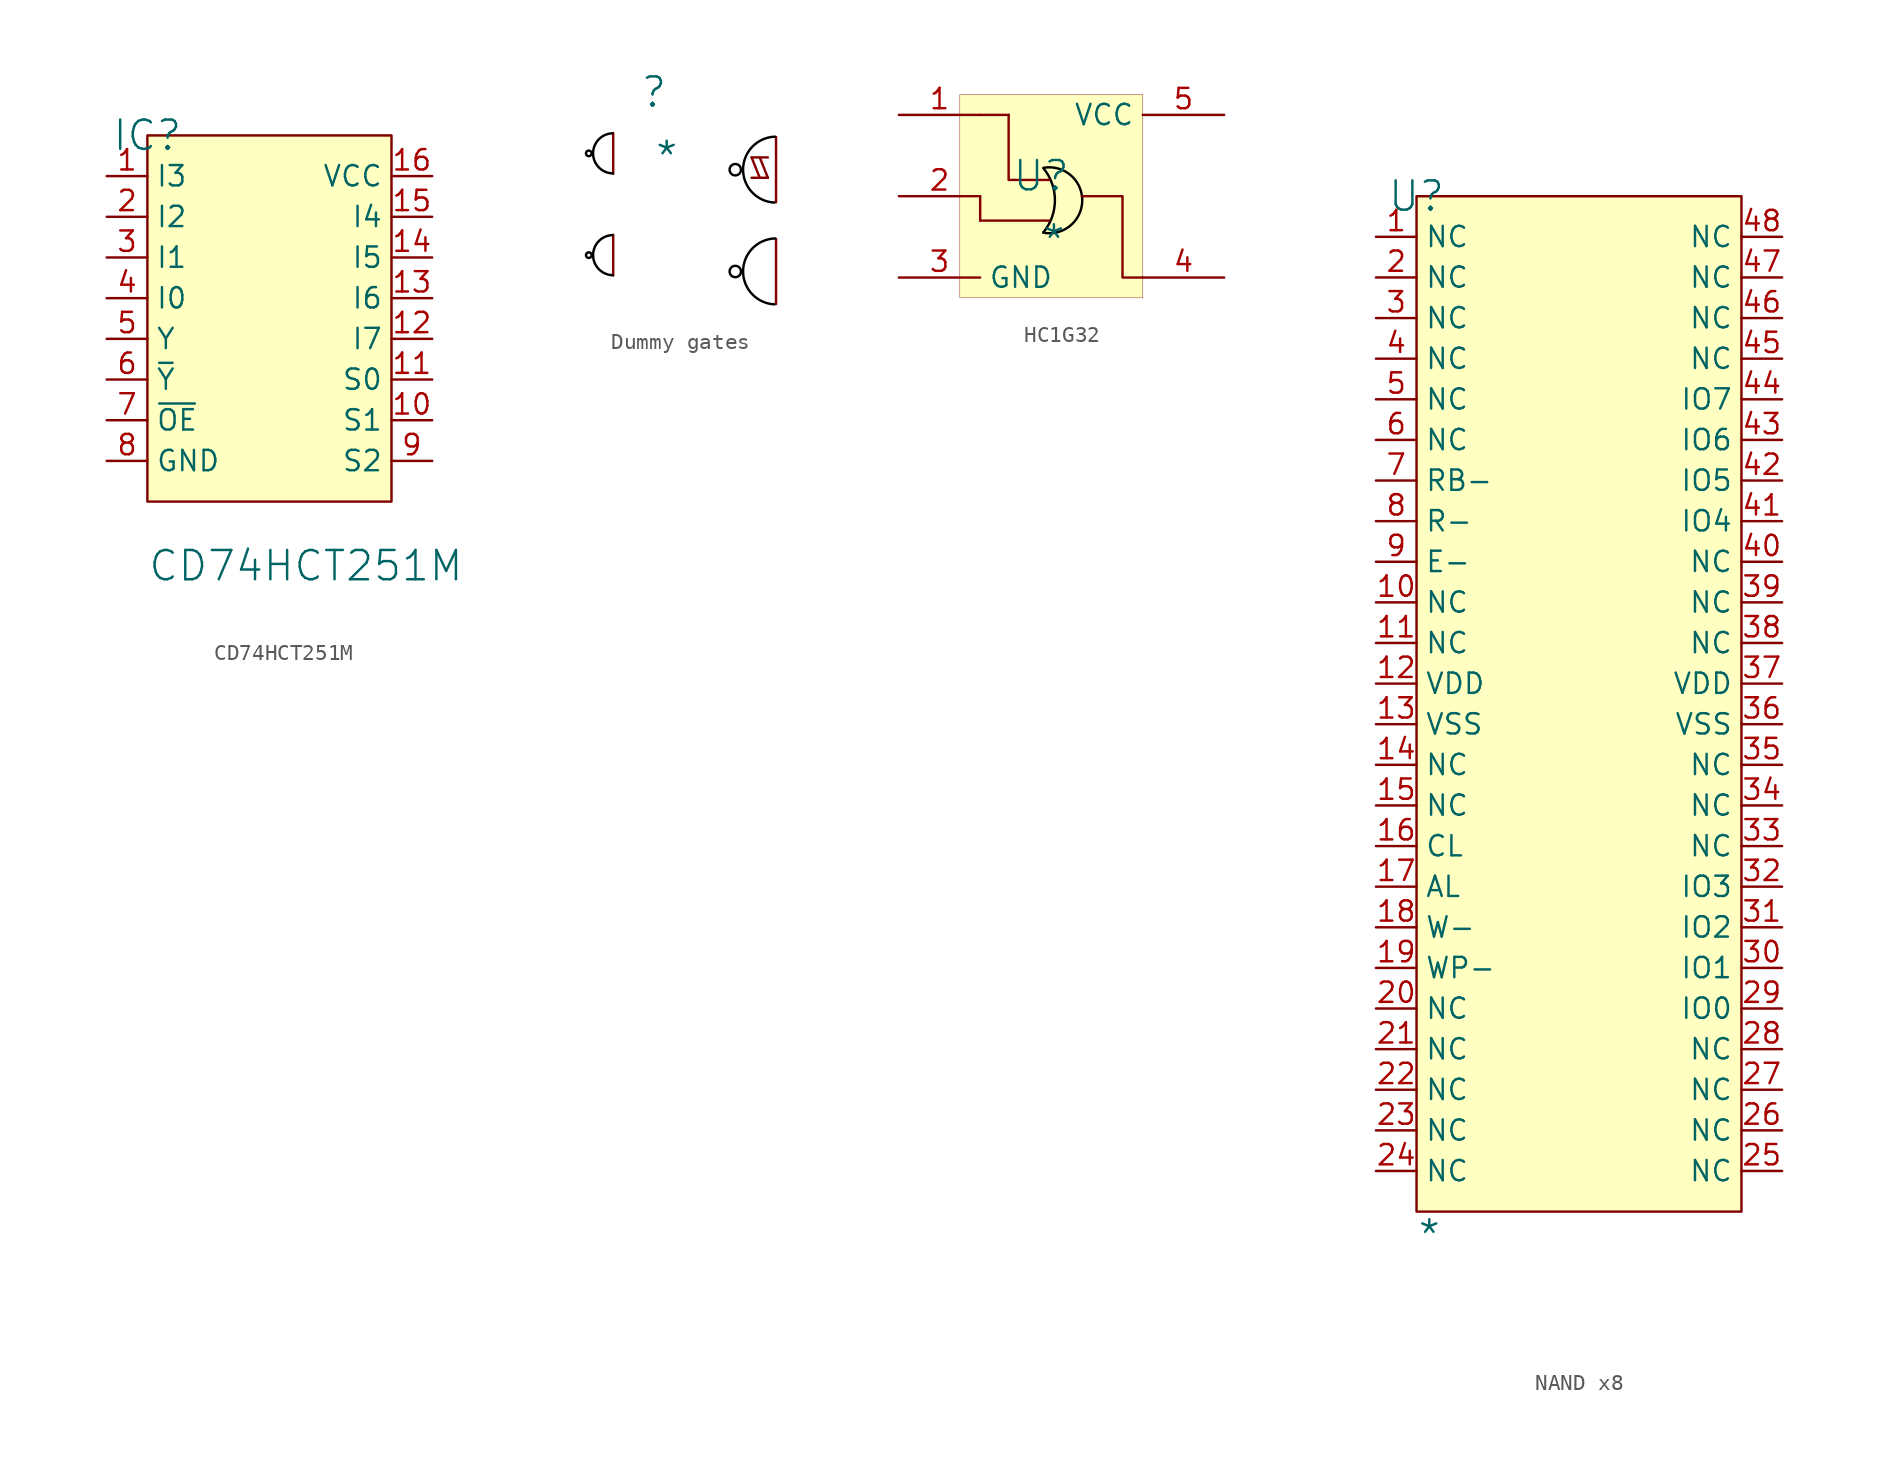
<source format=kicad_sym>
(kicad_symbol_lib
  (version 20241209)
  (generator "kicad_symbol_editor")
  (generator_version "9.0")
  (symbol "CD74HCT251M"
    (property "Reference" "IC"
      (at 0 0 0)
      (effects (font (size 1.829 1.829))))
    (property "Value" "CD74HCT251M"
      (at 0 -27.94 0)
      (effects (font (size 1.829 1.829)) (justify left bottom)))
    (symbol "CD74HCT251M_1_0"
      (rectangle (start 15.24 0) (end 0 -22.86) (stroke (width 0) (type solid) (color 128 0 0 1)) (fill (type background)))
      (pin passive line (at -2.54 -2.54 0) (length 2.54) (name "I3" (effects (font (size 1.27 1.27)))) (number "1" (effects (font (size 1.27 1.27)))))
      (pin passive line (at -2.54 -5.08 0) (length 2.54) (name "I2" (effects (font (size 1.27 1.27)))) (number "2" (effects (font (size 1.27 1.27)))))
      (pin passive line (at -2.54 -7.62 0) (length 2.54) (name "I1" (effects (font (size 1.27 1.27)))) (number "3" (effects (font (size 1.27 1.27)))))
      (pin passive line (at -2.54 -10.16 0) (length 2.54) (name "I0" (effects (font (size 1.27 1.27)))) (number "4" (effects (font (size 1.27 1.27)))))
      (pin passive line (at -2.54 -12.7 0) (length 2.54) (name "Y" (effects (font (size 1.27 1.27)))) (number "5" (effects (font (size 1.27 1.27)))))
      (pin passive line (at -2.54 -15.24 0) (length 2.54) (name "~{Y}" (effects (font (size 1.27 1.27)))) (number "6" (effects (font (size 1.27 1.27)))))
      (pin passive line (at -2.54 -17.78 0) (length 2.54) (name "~{OE}" (effects (font (size 1.27 1.27)))) (number "7" (effects (font (size 1.27 1.27)))))
      (pin passive line (at -2.54 -20.32 0) (length 2.54) (name "GND" (effects (font (size 1.27 1.27)))) (number "8" (effects (font (size 1.27 1.27)))))
      (pin passive line (at 17.78 -2.54 180) (length 2.54) (name "VCC" (effects (font (size 1.27 1.27)))) (number "16" (effects (font (size 1.27 1.27)))))
      (pin passive line (at 17.78 -5.08 180) (length 2.54) (name "I4" (effects (font (size 1.27 1.27)))) (number "15" (effects (font (size 1.27 1.27)))))
      (pin passive line (at 17.78 -7.62 180) (length 2.54) (name "I5" (effects (font (size 1.27 1.27)))) (number "14" (effects (font (size 1.27 1.27)))))
      (pin passive line (at 17.78 -10.16 180) (length 2.54) (name "I6" (effects (font (size 1.27 1.27)))) (number "13" (effects (font (size 1.27 1.27)))))
      (pin passive line (at 17.78 -12.7 180) (length 2.54) (name "I7" (effects (font (size 1.27 1.27)))) (number "12" (effects (font (size 1.27 1.27)))))
      (pin passive line (at 17.78 -15.24 180) (length 2.54) (name "S0" (effects (font (size 1.27 1.27)))) (number "11" (effects (font (size 1.27 1.27)))))
      (pin passive line (at 17.78 -17.78 180) (length 2.54) (name "S1" (effects (font (size 1.27 1.27)))) (number "10" (effects (font (size 1.27 1.27)))))
      (pin passive line (at 17.78 -20.32 180) (length 2.54) (name "S2" (effects (font (size 1.27 1.27)))) (number "9" (effects (font (size 1.27 1.27)))))))
  (symbol "Dummy gates"
    (pin_numbers
      (hide yes))
    (pin_names
      (hide yes))
    (property "Reference" ""
      (at -1.27 1.27 0)
      (effects (font (size 1.829 1.829))))
    (property "Value" "*"
      (at -1.27 -3.81 0)
      (effects (font (size 1.829 1.829)) (justify left bottom)))
    (symbol "Dummy gates_1_0"
      (arc (start -5.508 -2.5391) (mid -5.1601 -2.5352) (end -5.5077 -2.5504) (stroke (width 0) (type solid) (color 0 0 0 1)) (fill (type none)))
      (arc (start -5.508 -8.8891) (mid -5.1601 -8.8852) (end -5.5077 -8.9004) (stroke (width 0) (type solid) (color 0 0 0 1)) (fill (type none)))
      (polyline (pts (xy -3.81 -1.27) (xy -3.81 -3.81)) (stroke (width 0) (type solid)) (fill (type none)))
      (arc (start -3.8197 -3.791) (mid -5.0609 -2.56) (end -3.8596 -1.29) (stroke (width 0) (type solid) (color 0 0 0 1)) (fill (type none)))
      (polyline (pts (xy -3.81 -7.62) (xy -3.81 -10.16)) (stroke (width 0) (type solid)) (fill (type none)))
      (arc (start -3.8197 -10.141) (mid -5.0609 -8.91) (end -3.8596 -7.64) (stroke (width 0) (type solid) (color 0 0 0 1)) (fill (type none)))
      (arc (start 3.453 -3.5541) (mid 4.1669 -3.5463) (end 3.4536 -3.5773) (stroke (width 0) (type solid) (color 0 0 0 1)) (fill (type none)))
      (arc (start 3.453 -9.9041) (mid 4.1669 -9.8963) (end 3.4536 -9.9273) (stroke (width 0) (type solid) (color 0 0 0 1)) (fill (type none)))
      (polyline (pts (xy 4.826 -2.794) (xy 5.334 -4.064)) (stroke (width 0) (type solid)) (fill (type none)))
      (polyline (pts (xy 4.826 -2.794) (xy 5.842 -2.794)) (stroke (width 0) (type solid)) (fill (type none)))
      (polyline (pts (xy 4.826 -4.064) (xy 5.842 -4.064)) (stroke (width 0) (type solid)) (fill (type none)))
      (polyline (pts (xy 5.334 -2.794) (xy 5.842 -4.064)) (stroke (width 0) (type solid)) (fill (type none)))
      (polyline (pts (xy 6.35 -1.524) (xy 6.35 -5.588)) (stroke (width 0) (type solid)) (fill (type none)))
      (arc (start 6.2513 -5.6116) (mid 4.2921 -3.5361) (end 6.2911 -1.4988) (stroke (width 0) (type solid) (color 0 0 0 1)) (fill (type none)))
      (polyline (pts (xy 6.35 -7.874) (xy 6.35 -11.938)) (stroke (width 0) (type solid)) (fill (type none)))
      (arc (start 6.2513 -11.9616) (mid 4.2921 -9.8861) (end 6.2911 -7.8488) (stroke (width 0) (type solid) (color 0 0 0 1)) (fill (type none)))))
  (symbol "HC1G32"
    (property "Reference" "U"
      (at -1.27 1.27 0)
      (effects (font (size 1.829 1.829))))
    (property "Value" "*"
      (at -1.27 -3.81 0)
      (effects (font (size 1.829 1.829)) (justify left bottom)))
    (symbol "HC1G32_1_0"
      (polyline (pts (xy -5.08 5.08) (xy -3.302 5.08)) (stroke (width 0) (type solid)) (fill (type none)))
      (polyline (pts (xy -5.08 0) (xy -5.08 -1.524)) (stroke (width 0) (type solid)) (fill (type none)))
      (arc (start -1.1396 1.759) (mid -0.411 -0.2463) (end -1.1298 -2.2551) (stroke (width 0) (type solid) (color 0 0 0 1)) (fill (type none)))
      (polyline (pts (xy -0.762 1.016) (xy -3.302 1.016) (xy -3.302 5.08)) (stroke (width 0) (type solid)) (fill (type none)))
      (arc (start -1.0984 1.7763) (mid 1.2959 -0.2744) (end -1.1386 -2.2772) (stroke (width 0) (type solid) (color 0 0 0 1)) (fill (type none)))
      (polyline (pts (xy -0.762 -1.524) (xy -5.08 -1.524)) (stroke (width 0) (type solid)) (fill (type none)))
      (polyline (pts (xy 1.27 0) (xy 3.81 0) (xy 3.81 -5.08) (xy 5.08 -5.08)) (stroke (width 0) (type solid)) (fill (type none)))
      (rectangle (start 5.08 6.35) (end -6.35 -6.35) (stroke (width 0.025) (type solid) (color 128 0 0 1)) (fill (type background)))
      (pin passive line (at -10.16 5.08 0) (length 5.08) (name "A" (effects (font (size 0 0)))) (number "1" (effects (font (size 1.27 1.27)))))
      (pin passive line (at -10.16 0 0) (length 5.08) (name "B" (effects (font (size 0 0)))) (number "2" (effects (font (size 1.27 1.27)))))
      (pin passive line (at -10.16 -5.08 0) (length 5.08) (name "GND" (effects (font (size 1.27 1.27)))) (number "3" (effects (font (size 1.27 1.27)))))
      (pin passive line (at 10.16 5.08 180) (length 5.08) (name "VCC" (effects (font (size 1.27 1.27)))) (number "5" (effects (font (size 1.27 1.27)))))
      (pin passive line (at 10.16 -5.08 180) (length 5.08) (name "Y" (effects (font (size 0 0)))) (number "4" (effects (font (size 1.27 1.27)))))))
  (symbol "NAND x8"
    (property "Reference" "U"
      (at 0 0 0)
      (effects (font (size 1.829 1.829))))
    (property "Value" "*"
      (at 0 -66.04 0)
      (effects (font (size 1.829 1.829)) (justify left bottom)))
    (symbol "NAND x8_1_0"
      (rectangle (start 20.32 0) (end 0 -63.5) (stroke (width 0) (type solid) (color 128 0 0 1)) (fill (type background)))
      (pin passive line (at -2.54 -2.54 0) (length 2.54) (name "NC" (effects (font (size 1.27 1.27)))) (number "1" (effects (font (size 1.27 1.27)))))
      (pin passive line (at -2.54 -5.08 0) (length 2.54) (name "NC" (effects (font (size 1.27 1.27)))) (number "2" (effects (font (size 1.27 1.27)))))
      (pin passive line (at -2.54 -7.62 0) (length 2.54) (name "NC" (effects (font (size 1.27 1.27)))) (number "3" (effects (font (size 1.27 1.27)))))
      (pin passive line (at -2.54 -10.16 0) (length 2.54) (name "NC" (effects (font (size 1.27 1.27)))) (number "4" (effects (font (size 1.27 1.27)))))
      (pin passive line (at -2.54 -12.7 0) (length 2.54) (name "NC" (effects (font (size 1.27 1.27)))) (number "5" (effects (font (size 1.27 1.27)))))
      (pin passive line (at -2.54 -15.24 0) (length 2.54) (name "NC" (effects (font (size 1.27 1.27)))) (number "6" (effects (font (size 1.27 1.27)))))
      (pin passive line (at -2.54 -17.78 0) (length 2.54) (name "RB-" (effects (font (size 1.27 1.27)))) (number "7" (effects (font (size 1.27 1.27)))))
      (pin passive line (at -2.54 -20.32 0) (length 2.54) (name "R-" (effects (font (size 1.27 1.27)))) (number "8" (effects (font (size 1.27 1.27)))))
      (pin passive line (at -2.54 -22.86 0) (length 2.54) (name "E-" (effects (font (size 1.27 1.27)))) (number "9" (effects (font (size 1.27 1.27)))))
      (pin passive line (at -2.54 -25.4 0) (length 2.54) (name "NC" (effects (font (size 1.27 1.27)))) (number "10" (effects (font (size 1.27 1.27)))))
      (pin passive line (at -2.54 -27.94 0) (length 2.54) (name "NC" (effects (font (size 1.27 1.27)))) (number "11" (effects (font (size 1.27 1.27)))))
      (pin passive line (at -2.54 -30.48 0) (length 2.54) (name "VDD" (effects (font (size 1.27 1.27)))) (number "12" (effects (font (size 1.27 1.27)))))
      (pin passive line (at -2.54 -33.02 0) (length 2.54) (name "VSS" (effects (font (size 1.27 1.27)))) (number "13" (effects (font (size 1.27 1.27)))))
      (pin passive line (at -2.54 -35.56 0) (length 2.54) (name "NC" (effects (font (size 1.27 1.27)))) (number "14" (effects (font (size 1.27 1.27)))))
      (pin passive line (at -2.54 -38.1 0) (length 2.54) (name "NC" (effects (font (size 1.27 1.27)))) (number "15" (effects (font (size 1.27 1.27)))))
      (pin passive line (at -2.54 -40.64 0) (length 2.54) (name "CL" (effects (font (size 1.27 1.27)))) (number "16" (effects (font (size 1.27 1.27)))))
      (pin passive line (at -2.54 -43.18 0) (length 2.54) (name "AL" (effects (font (size 1.27 1.27)))) (number "17" (effects (font (size 1.27 1.27)))))
      (pin passive line (at -2.54 -45.72 0) (length 2.54) (name "W-" (effects (font (size 1.27 1.27)))) (number "18" (effects (font (size 1.27 1.27)))))
      (pin passive line (at -2.54 -48.26 0) (length 2.54) (name "WP-" (effects (font (size 1.27 1.27)))) (number "19" (effects (font (size 1.27 1.27)))))
      (pin passive line (at -2.54 -50.8 0) (length 2.54) (name "NC" (effects (font (size 1.27 1.27)))) (number "20" (effects (font (size 1.27 1.27)))))
      (pin passive line (at -2.54 -53.34 0) (length 2.54) (name "NC" (effects (font (size 1.27 1.27)))) (number "21" (effects (font (size 1.27 1.27)))))
      (pin passive line (at -2.54 -55.88 0) (length 2.54) (name "NC" (effects (font (size 1.27 1.27)))) (number "22" (effects (font (size 1.27 1.27)))))
      (pin passive line (at -2.54 -58.42 0) (length 2.54) (name "NC" (effects (font (size 1.27 1.27)))) (number "23" (effects (font (size 1.27 1.27)))))
      (pin passive line (at -2.54 -60.96 0) (length 2.54) (name "NC" (effects (font (size 1.27 1.27)))) (number "24" (effects (font (size 1.27 1.27)))))
      (pin passive line (at 22.86 -2.54 180) (length 2.54) (name "NC" (effects (font (size 1.27 1.27)))) (number "48" (effects (font (size 1.27 1.27)))))
      (pin passive line (at 22.86 -5.08 180) (length 2.54) (name "NC" (effects (font (size 1.27 1.27)))) (number "47" (effects (font (size 1.27 1.27)))))
      (pin passive line (at 22.86 -7.62 180) (length 2.54) (name "NC" (effects (font (size 1.27 1.27)))) (number "46" (effects (font (size 1.27 1.27)))))
      (pin passive line (at 22.86 -10.16 180) (length 2.54) (name "NC" (effects (font (size 1.27 1.27)))) (number "45" (effects (font (size 1.27 1.27)))))
      (pin passive line (at 22.86 -12.7 180) (length 2.54) (name "IO7" (effects (font (size 1.27 1.27)))) (number "44" (effects (font (size 1.27 1.27)))))
      (pin passive line (at 22.86 -15.24 180) (length 2.54) (name "IO6" (effects (font (size 1.27 1.27)))) (number "43" (effects (font (size 1.27 1.27)))))
      (pin passive line (at 22.86 -17.78 180) (length 2.54) (name "IO5" (effects (font (size 1.27 1.27)))) (number "42" (effects (font (size 1.27 1.27)))))
      (pin passive line (at 22.86 -20.32 180) (length 2.54) (name "IO4" (effects (font (size 1.27 1.27)))) (number "41" (effects (font (size 1.27 1.27)))))
      (pin passive line (at 22.86 -22.86 180) (length 2.54) (name "NC" (effects (font (size 1.27 1.27)))) (number "40" (effects (font (size 1.27 1.27)))))
      (pin passive line (at 22.86 -25.4 180) (length 2.54) (name "NC" (effects (font (size 1.27 1.27)))) (number "39" (effects (font (size 1.27 1.27)))))
      (pin passive line (at 22.86 -27.94 180) (length 2.54) (name "NC" (effects (font (size 1.27 1.27)))) (number "38" (effects (font (size 1.27 1.27)))))
      (pin passive line (at 22.86 -30.48 180) (length 2.54) (name "VDD" (effects (font (size 1.27 1.27)))) (number "37" (effects (font (size 1.27 1.27)))))
      (pin passive line (at 22.86 -33.02 180) (length 2.54) (name "VSS" (effects (font (size 1.27 1.27)))) (number "36" (effects (font (size 1.27 1.27)))))
      (pin passive line (at 22.86 -35.56 180) (length 2.54) (name "NC" (effects (font (size 1.27 1.27)))) (number "35" (effects (font (size 1.27 1.27)))))
      (pin passive line (at 22.86 -38.1 180) (length 2.54) (name "NC" (effects (font (size 1.27 1.27)))) (number "34" (effects (font (size 1.27 1.27)))))
      (pin passive line (at 22.86 -40.64 180) (length 2.54) (name "NC" (effects (font (size 1.27 1.27)))) (number "33" (effects (font (size 1.27 1.27)))))
      (pin passive line (at 22.86 -43.18 180) (length 2.54) (name "IO3" (effects (font (size 1.27 1.27)))) (number "32" (effects (font (size 1.27 1.27)))))
      (pin passive line (at 22.86 -45.72 180) (length 2.54) (name "IO2" (effects (font (size 1.27 1.27)))) (number "31" (effects (font (size 1.27 1.27)))))
      (pin passive line (at 22.86 -48.26 180) (length 2.54) (name "IO1" (effects (font (size 1.27 1.27)))) (number "30" (effects (font (size 1.27 1.27)))))
      (pin passive line (at 22.86 -50.8 180) (length 2.54) (name "IO0" (effects (font (size 1.27 1.27)))) (number "29" (effects (font (size 1.27 1.27)))))
      (pin passive line (at 22.86 -53.34 180) (length 2.54) (name "NC" (effects (font (size 1.27 1.27)))) (number "28" (effects (font (size 1.27 1.27)))))
      (pin passive line (at 22.86 -55.88 180) (length 2.54) (name "NC" (effects (font (size 1.27 1.27)))) (number "27" (effects (font (size 1.27 1.27)))))
      (pin passive line (at 22.86 -58.42 180) (length 2.54) (name "NC" (effects (font (size 1.27 1.27)))) (number "26" (effects (font (size 1.27 1.27)))))
      (pin passive line (at 22.86 -60.96 180) (length 2.54) (name "NC" (effects (font (size 1.27 1.27)))) (number "25" (effects (font (size 1.27 1.27))))))))
</source>
